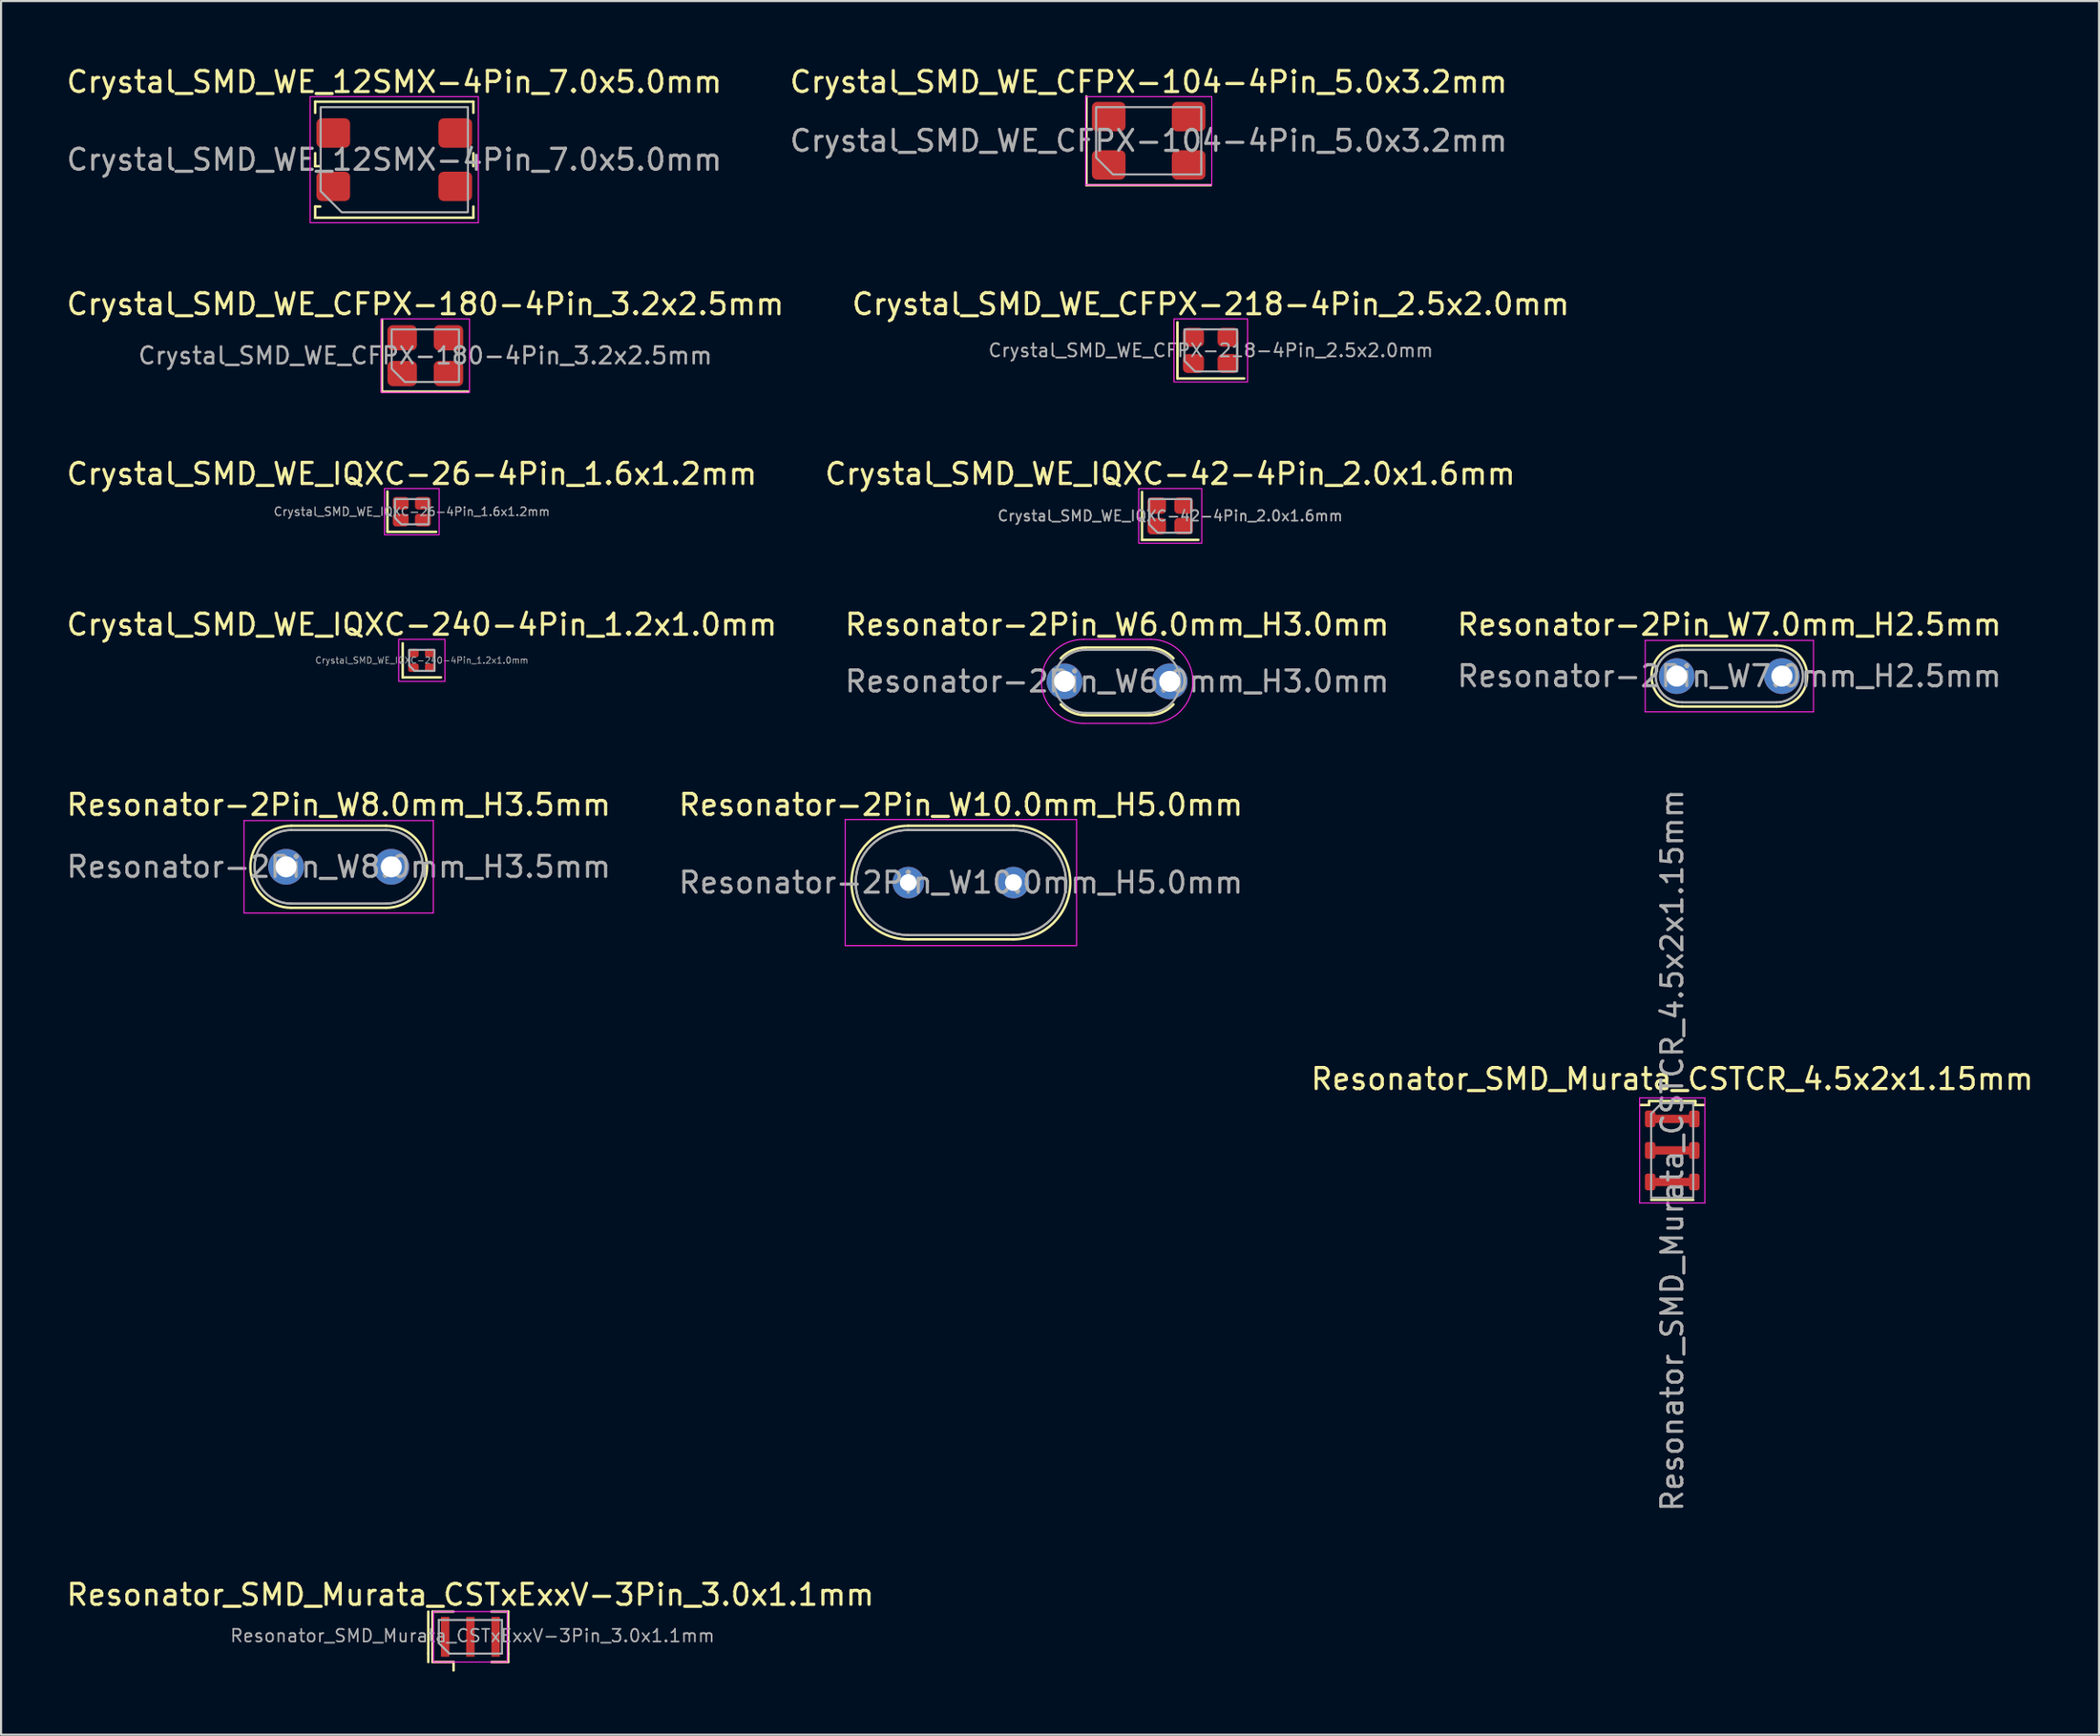
<source format=kicad_pcb>
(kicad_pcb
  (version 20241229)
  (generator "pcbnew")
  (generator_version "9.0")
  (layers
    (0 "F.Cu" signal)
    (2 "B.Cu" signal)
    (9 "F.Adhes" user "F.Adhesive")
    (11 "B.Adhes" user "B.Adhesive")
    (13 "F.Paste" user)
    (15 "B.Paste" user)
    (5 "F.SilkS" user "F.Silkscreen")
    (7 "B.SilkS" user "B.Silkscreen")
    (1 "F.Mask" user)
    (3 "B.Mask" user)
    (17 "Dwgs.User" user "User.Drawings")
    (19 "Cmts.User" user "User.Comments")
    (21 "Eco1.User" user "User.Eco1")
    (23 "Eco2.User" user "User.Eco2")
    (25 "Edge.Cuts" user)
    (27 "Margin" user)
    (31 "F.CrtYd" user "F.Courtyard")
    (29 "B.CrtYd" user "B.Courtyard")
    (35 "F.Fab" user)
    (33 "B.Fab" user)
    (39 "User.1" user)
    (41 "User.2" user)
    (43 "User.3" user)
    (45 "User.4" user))
  (footprint "Resonator-2Pin_W10.0mm_H5.0mm"
    (layer "F.Cu")
    (at 40.137 38.941)
    (property "Reference" "Resonator-2Pin_W10.0mm_H5.0mm" (at 2.5 -3.7 0) (layer "F.SilkS") (effects (font (size 1 1) (thickness 0.15))))
    (attr through_hole)
    (fp_line (start 0 -2.7) (end 5 -2.7) (stroke (width 0.12) (type solid)) (layer "F.SilkS"))
    (fp_line (start 0 2.7) (end 5 2.7) (stroke (width 0.12) (type solid)) (layer "F.SilkS"))
    (fp_arc (start 0 2.7) (mid -2.7 0) (end 0 -2.7) (stroke (width 0.12) (type solid)) (layer "F.SilkS"))
    (fp_arc (start 5 -2.7) (mid 7.7 0) (end 5 2.7) (stroke (width 0.12) (type solid)) (layer "F.SilkS"))
    (fp_line (start -3 -3) (end -3 3) (stroke (width 0.05) (type solid)) (layer "F.CrtYd"))
    (fp_line (start -3 3) (end 8 3) (stroke (width 0.05) (type solid)) (layer "F.CrtYd"))
    (fp_line (start 8 -3) (end -3 -3) (stroke (width 0.05) (type solid)) (layer "F.CrtYd"))
    (fp_line (start 8 3) (end 8 -3) (stroke (width 0.05) (type solid)) (layer "F.CrtYd"))
    (fp_line (start 0 -2.5) (end 5 -2.5) (stroke (width 0.1) (type solid)) (layer "F.Fab"))
    (fp_line (start 0 -2.5) (end 5 -2.5) (stroke (width 0.1) (type solid)) (layer "F.Fab"))
    (fp_line (start 0 2.5) (end 5 2.5) (stroke (width 0.1) (type solid)) (layer "F.Fab"))
    (fp_line (start 0 2.5) (end 5 2.5) (stroke (width 0.1) (type solid)) (layer "F.Fab"))
    (fp_arc (start 0 2.5) (mid -2.5 0) (end 0 -2.5) (stroke (width 0.1) (type solid)) (layer "F.Fab"))
    (fp_arc (start 0 2.5) (mid -2.5 0) (end 0 -2.5) (stroke (width 0.1) (type solid)) (layer "F.Fab"))
    (fp_arc (start 5 -2.5) (mid 7.5 0) (end 5 2.5) (stroke (width 0.1) (type solid)) (layer "F.Fab"))
    (fp_arc (start 5 -2.5) (mid 7.5 0) (end 5 2.5) (stroke (width 0.1) (type solid)) (layer "F.Fab"))
    (fp_text user "${REFERENCE}" (at 2.5 0 0) (layer "F.Fab") (effects (font (size 1 1) (thickness 0.15))))
    (pad "1" thru_hole circle (at 0 0) (size 1.5 1.5) (drill 0.8) (layers "*.Cu" "*.Mask"))
    (pad "2" thru_hole circle (at 5 0) (size 1.5 1.5) (drill 0.8) (layers "*.Cu" "*.Mask")))
  (footprint "Resonator-2Pin_W6.0mm_H3.0mm"
    (layer "F.Cu")
    (at 47.565 29.368)
    (property "Reference" "Resonator-2Pin_W6.0mm_H3.0mm" (at 2.5 -2.7 0) (layer "F.SilkS") (effects (font (size 1 1) (thickness 0.15))))
    (attr through_hole)
    (fp_line (start 1 -1.61) (end 4 -1.61) (stroke (width 0.12) (type solid)) (layer "F.SilkS"))
    (fp_line (start 1 1.61) (end 4 1.61) (stroke (width 0.12) (type solid)) (layer "F.SilkS"))
    (fp_arc (start -0.18 -1.095) (mid 0.356194 -1.475446) (end 0.999774 -1.60979) (stroke (width 0.12) (type solid)) (layer "F.SilkS"))
    (fp_arc (start 1 1.61) (mid 0.356318 1.475728) (end -0.18 1.095308) (stroke (width 0.12) (type solid)) (layer "F.SilkS"))
    (fp_arc (start 4 -1.61) (mid 4.643682 -1.475728) (end 5.18 -1.095308) (stroke (width 0.12) (type solid)) (layer "F.SilkS"))
    (fp_arc (start 5.18 1.095) (mid 4.643806 1.475446) (end 4.000226 1.60979) (stroke (width 0.12) (type solid)) (layer "F.SilkS"))
    (fp_line (start 0.9 -2) (end 4.1 -2) (stroke (width 0.05) (type solid)) (layer "F.CrtYd"))
    (fp_line (start 0.9 2) (end 4.1 2) (stroke (width 0.05) (type solid)) (layer "F.CrtYd"))
    (fp_arc (start 0.9 2) (mid -1.1 0) (end 0.9 -2) (stroke (width 0.05) (type solid)) (layer "F.CrtYd"))
    (fp_arc (start 4.1 -2) (mid 6.1 0) (end 4.1 2) (stroke (width 0.05) (type solid)) (layer "F.CrtYd"))
    (fp_line (start 1 -1.5) (end 4 -1.5) (stroke (width 0.1) (type solid)) (layer "F.Fab"))
    (fp_line (start 1 1.5) (end 4 1.5) (stroke (width 0.1) (type solid)) (layer "F.Fab"))
    (fp_arc (start 1 1.5) (mid -0.5 0) (end 1 -1.5) (stroke (width 0.1) (type solid)) (layer "F.Fab"))
    (fp_arc (start 4 -1.5) (mid 5.5 0) (end 4 1.5) (stroke (width 0.1) (type solid)) (layer "F.Fab"))
    (fp_text user "${REFERENCE}" (at 2.5 0 0) (layer "F.Fab") (effects (font (size 1 1) (thickness 0.15))))
    (pad "1" thru_hole circle (at 0 0) (size 1.7 1.7) (drill 1) (layers "*.Cu" "*.Mask"))
    (pad "2" thru_hole circle (at 5 0) (size 1.7 1.7) (drill 1) (layers "*.Cu" "*.Mask")))
  (footprint "Crystal_SMD_WE_CFPX-180-4Pin_3.2x2.5mm"
    (layer "F.Cu")
    (at 17.173 13.871)
    (property "Reference" "Crystal_SMD_WE_CFPX-180-4Pin_3.2x2.5mm" (at 0 -2.45 0) (layer "F.SilkS") (effects (font (size 1 1) (thickness 0.15))))
    (attr smd)
    (fp_line (start -2.06 -1.71) (end -2.06 1.71) (stroke (width 0.12) (type solid)) (layer "F.SilkS"))
    (fp_line (start -2.06 1.71) (end 2.06 1.71) (stroke (width 0.12) (type solid)) (layer "F.SilkS"))
    (fp_rect (start -2.1 -1.75) (end 2.1 1.75) (stroke (width 0.05) (type solid)) (fill no) (layer "F.CrtYd"))
    (fp_poly (pts (xy 1.6 -1.25) (xy 1.6 1.25) (xy -0.975 1.25) (xy -1.6 0.625) (xy -1.6 -1.25)) (stroke (width 0.1) (type solid)) (fill no) (layer "F.Fab"))
    (fp_text user "${REFERENCE}" (at 0 0 0) (layer "F.Fab") (effects (font (size 0.8 0.8) (thickness 0.12))))
    (pad "1" smd roundrect (at -1.1 0.85) (size 1.4 1.2) (layers "F.Cu" "F.Mask" "F.Paste") (roundrect_rratio 0.208))
    (pad "2" smd roundrect (at 1.1 0.85) (size 1.4 1.2) (layers "F.Cu" "F.Mask" "F.Paste") (roundrect_rratio 0.208))
    (pad "3" smd roundrect (at 1.1 -0.85) (size 1.4 1.2) (layers "F.Cu" "F.Mask" "F.Paste") (roundrect_rratio 0.208))
    (pad "4" smd roundrect (at -1.1 -0.85) (size 1.4 1.2) (layers "F.Cu" "F.Mask" "F.Paste") (roundrect_rratio 0.208)))
  (footprint "Resonator-2Pin_W7.0mm_H2.5mm"
    (layer "F.Cu")
    (at 76.673 29.118)
    (property "Reference" "Resonator-2Pin_W7.0mm_H2.5mm" (at 2.5 -2.45 0) (layer "F.SilkS") (effects (font (size 1 1) (thickness 0.15))))
    (attr through_hole)
    (fp_line (start 0.25 -1.45) (end 4.75 -1.45) (stroke (width 0.12) (type solid)) (layer "F.SilkS"))
    (fp_line (start 0.25 1.45) (end 4.75 1.45) (stroke (width 0.12) (type solid)) (layer "F.SilkS"))
    (fp_arc (start 0.25 1.45) (mid -1.2 0) (end 0.25 -1.45) (stroke (width 0.12) (type solid)) (layer "F.SilkS"))
    (fp_arc (start 4.75 -1.45) (mid 6.2 0) (end 4.75 1.45) (stroke (width 0.12) (type solid)) (layer "F.SilkS"))
    (fp_line (start -1.5 -1.7) (end -1.5 1.7) (stroke (width 0.05) (type solid)) (layer "F.CrtYd"))
    (fp_line (start -1.5 1.7) (end 6.5 1.7) (stroke (width 0.05) (type solid)) (layer "F.CrtYd"))
    (fp_line (start 6.5 -1.7) (end -1.5 -1.7) (stroke (width 0.05) (type solid)) (layer "F.CrtYd"))
    (fp_line (start 6.5 1.7) (end 6.5 -1.7) (stroke (width 0.05) (type solid)) (layer "F.CrtYd"))
    (fp_line (start 0.25 -1.25) (end 4.75 -1.25) (stroke (width 0.1) (type solid)) (layer "F.Fab"))
    (fp_line (start 0.25 -1.25) (end 4.75 -1.25) (stroke (width 0.1) (type solid)) (layer "F.Fab"))
    (fp_line (start 0.25 1.25) (end 4.75 1.25) (stroke (width 0.1) (type solid)) (layer "F.Fab"))
    (fp_line (start 0.25 1.25) (end 4.75 1.25) (stroke (width 0.1) (type solid)) (layer "F.Fab"))
    (fp_arc (start 0.25 1.25) (mid -1 0) (end 0.25 -1.25) (stroke (width 0.1) (type solid)) (layer "F.Fab"))
    (fp_arc (start 0.25 1.25) (mid -1 0) (end 0.25 -1.25) (stroke (width 0.1) (type solid)) (layer "F.Fab"))
    (fp_arc (start 4.75 -1.25) (mid 6 0) (end 4.75 1.25) (stroke (width 0.1) (type solid)) (layer "F.Fab"))
    (fp_arc (start 4.75 -1.25) (mid 6 0) (end 4.75 1.25) (stroke (width 0.1) (type solid)) (layer "F.Fab"))
    (fp_text user "${REFERENCE}" (at 2.5 0 0) (layer "F.Fab") (effects (font (size 1 1) (thickness 0.15))))
    (pad "1" thru_hole circle (at 0 0) (size 1.7 1.7) (drill 1) (layers "*.Cu" "*.Mask"))
    (pad "2" thru_hole circle (at 5 0) (size 1.7 1.7) (drill 1) (layers "*.Cu" "*.Mask")))
  (footprint "Crystal_SMD_WE_CFPX-104-4Pin_5.0x3.2mm"
    (layer "F.Cu")
    (at 51.565 3.648)
    (property "Reference" "Crystal_SMD_WE_CFPX-104-4Pin_5.0x3.2mm" (at 0 -2.8 0) (layer "F.SilkS") (effects (font (size 1 1) (thickness 0.15))))
    (attr smd)
    (fp_line (start -2.96 -2.11) (end -2.96 2.11) (stroke (width 0.12) (type solid)) (layer "F.SilkS"))
    (fp_line (start -2.96 2.11) (end 2.96 2.11) (stroke (width 0.12) (type solid)) (layer "F.SilkS"))
    (fp_rect (start -3 -2.1) (end 3 2.1) (stroke (width 0.05) (type solid)) (fill no) (layer "F.CrtYd"))
    (fp_poly (pts (xy 2.5 -1.6) (xy 2.5 1.6) (xy -1.7 1.6) (xy -2.5 0.8) (xy -2.5 -1.6)) (stroke (width 0.1) (type solid)) (fill no) (layer "F.Fab"))
    (fp_text user "${REFERENCE}" (at 0 0 0) (layer "F.Fab") (effects (font (size 1 1) (thickness 0.15))))
    (pad "1" smd roundrect (at -1.9 1.15) (size 1.6 1.4) (layers "F.Cu" "F.Mask" "F.Paste") (roundrect_rratio 0.179))
    (pad "2" smd roundrect (at 1.9 1.15) (size 1.6 1.4) (layers "F.Cu" "F.Mask" "F.Paste") (roundrect_rratio 0.179))
    (pad "3" smd roundrect (at 1.9 -1.15) (size 1.6 1.4) (layers "F.Cu" "F.Mask" "F.Paste") (roundrect_rratio 0.179))
    (pad "4" smd roundrect (at -1.9 -1.15) (size 1.6 1.4) (layers "F.Cu" "F.Mask" "F.Paste") (roundrect_rratio 0.179)))
  (footprint "Crystal_SMD_WE_IQXC-42-4Pin_2.0x1.6mm"
    (layer "F.Cu")
    (at 52.589 21.495)
    (property "Reference" "Crystal_SMD_WE_IQXC-42-4Pin_2.0x1.6mm" (at 0 -2 0) (layer "F.SilkS") (effects (font (size 1 1) (thickness 0.15))))
    (attr smd)
    (fp_line (start -1.34 -1.14) (end -1.34 1.14) (stroke (width 0.12) (type solid)) (layer "F.SilkS"))
    (fp_line (start -1.34 1.14) (end 1.34 1.14) (stroke (width 0.12) (type solid)) (layer "F.SilkS"))
    (fp_rect (start -1.5 -1.3) (end 1.5 1.3) (stroke (width 0.05) (type solid)) (fill no) (layer "F.CrtYd"))
    (fp_poly (pts (xy 1 -0.8) (xy 1 0.8) (xy -0.6 0.8) (xy -1 0.4) (xy -1 -0.8)) (stroke (width 0.1) (type solid)) (fill no) (layer "F.Fab"))
    (fp_text user "${REFERENCE}" (at 0 0 0) (layer "F.Fab") (effects (font (size 0.5 0.5) (thickness 0.08))))
    (pad "1" smd roundrect (at -0.64 0.49) (size 0.88 0.78) (layers "F.Cu" "F.Mask" "F.Paste") (roundrect_rratio 0.25))
    (pad "2" smd roundrect (at 0.64 0.49) (size 0.88 0.78) (layers "F.Cu" "F.Mask" "F.Paste") (roundrect_rratio 0.25))
    (pad "3" smd roundrect (at 0.64 -0.49) (size 0.88 0.78) (layers "F.Cu" "F.Mask" "F.Paste") (roundrect_rratio 0.25))
    (pad "4" smd roundrect (at -0.64 -0.49) (size 0.88 0.78) (layers "F.Cu" "F.Mask" "F.Paste") (roundrect_rratio 0.25)))
  (footprint "Crystal_SMD_WE_12SMX-4Pin_7.0x5.0mm"
    (layer "F.Cu")
    (at 15.696 4.548)
    (property "Reference" "Crystal_SMD_WE_12SMX-4Pin_7.0x5.0mm" (at 0 -3.7 0) (layer "F.SilkS") (effects (font (size 1 1) (thickness 0.15))))
    (attr smd)
    (fp_line (start -3.76 -2.76) (end 3.76 -2.76) (stroke (width 0.12) (type solid)) (layer "F.SilkS"))
    (fp_line (start -3.76 -2.23) (end -3.76 -2.76) (stroke (width 0.12) (type solid)) (layer "F.SilkS"))
    (fp_line (start -3.76 0.31) (end -3.76 -0.31) (stroke (width 0.12) (type solid)) (layer "F.SilkS"))
    (fp_line (start -3.76 2.23) (end -3.76 2.76) (stroke (width 0.12) (type solid)) (layer "F.SilkS"))
    (fp_line (start -3.76 2.76) (end 3.76 2.76) (stroke (width 0.12) (type solid)) (layer "F.SilkS"))
    (fp_line (start -3.52 0.31) (end -3.76 0.31) (stroke (width 0.12) (type solid)) (layer "F.SilkS"))
    (fp_line (start -3.52 2.23) (end -3.76 2.23) (stroke (width 0.12) (type solid)) (layer "F.SilkS"))
    (fp_line (start 3.76 -2.76) (end 3.76 -2.23) (stroke (width 0.12) (type solid)) (layer "F.SilkS"))
    (fp_line (start 3.76 -0.31) (end 3.76 0.31) (stroke (width 0.12) (type solid)) (layer "F.SilkS"))
    (fp_line (start 3.76 2.76) (end 3.76 2.23) (stroke (width 0.12) (type solid)) (layer "F.SilkS"))
    (fp_rect (start -4 -3) (end 4 3) (stroke (width 0.05) (type solid)) (fill no) (layer "F.CrtYd"))
    (fp_poly (pts (xy 3.5 -2.5) (xy 3.5 2.5) (xy -2.5 2.5) (xy -3.5 1.5) (xy -3.5 -2.5)) (stroke (width 0.1) (type solid)) (fill no) (layer "F.Fab"))
    (fp_text user "${REFERENCE}" (at 0 0 0) (layer "F.Fab") (effects (font (size 1 1) (thickness 0.15))))
    (pad "1" smd roundrect (at -2.9 1.27) (size 1.6 1.4) (layers "F.Cu" "F.Mask" "F.Paste") (roundrect_rratio 0.179))
    (pad "2" smd roundrect (at 2.9 1.27) (size 1.6 1.4) (layers "F.Cu" "F.Mask" "F.Paste") (roundrect_rratio 0.179))
    (pad "3" smd roundrect (at 2.9 -1.27) (size 1.6 1.4) (layers "F.Cu" "F.Mask" "F.Paste") (roundrect_rratio 0.179))
    (pad "4" smd roundrect (at -2.9 -1.27) (size 1.6 1.4) (layers "F.Cu" "F.Mask" "F.Paste") (roundrect_rratio 0.179)))
  (footprint "Crystal_SMD_WE_CFPX-218-4Pin_2.5x2.0mm"
    (layer "F.Cu")
    (at 54.518 13.621)
    (property "Reference" "Crystal_SMD_WE_CFPX-218-4Pin_2.5x2.0mm" (at 0 -2.2 0) (layer "F.SilkS") (effects (font (size 1 1) (thickness 0.15))))
    (attr smd)
    (fp_line (start -1.585 -1.335) (end -1.585 1.335) (stroke (width 0.12) (type solid)) (layer "F.SilkS"))
    (fp_line (start -1.585 1.335) (end 1.585 1.335) (stroke (width 0.12) (type solid)) (layer "F.SilkS"))
    (fp_rect (start -1.75 -1.5) (end 1.75 1.5) (stroke (width 0.05) (type solid)) (fill no) (layer "F.CrtYd"))
    (fp_poly (pts (xy 1.25 -1) (xy 1.25 1) (xy -0.75 1) (xy -1.25 0.5) (xy -1.25 -1)) (stroke (width 0.1) (type solid)) (fill no) (layer "F.Fab"))
    (fp_text user "${REFERENCE}" (at 0 0 0) (layer "F.Fab") (effects (font (size 0.62 0.62) (thickness 0.09))))
    (pad "1" smd roundrect (at -0.825 0.625) (size 1 0.9) (layers "F.Cu" "F.Mask" "F.Paste") (roundrect_rratio 0.25))
    (pad "2" smd roundrect (at 0.825 0.625) (size 1 0.9) (layers "F.Cu" "F.Mask" "F.Paste") (roundrect_rratio 0.25))
    (pad "3" smd roundrect (at 0.825 -0.625) (size 1 0.9) (layers "F.Cu" "F.Mask" "F.Paste") (roundrect_rratio 0.25))
    (pad "4" smd roundrect (at -0.825 -0.625) (size 1 0.9) (layers "F.Cu" "F.Mask" "F.Paste") (roundrect_rratio 0.25)))
  (footprint "Resonator_SMD_Murata_CSTxExxV-3Pin_3.0x1.1mm"
    (layer "F.Cu")
    (at 19.315 74.825)
    (property "Reference" "Resonator_SMD_Murata_CSTxExxV-3Pin_3.0x1.1mm" (at 0 -2 0) (layer "F.SilkS") (effects (font (size 1 1) (thickness 0.15))))
    (attr smd)
    (fp_line (start -2 -1.2) (end -2 0.8) (stroke (width 0.12) (type solid)) (layer "F.SilkS"))
    (fp_line (start -2 0.8) (end -2 1.2) (stroke (width 0.12) (type solid)) (layer "F.SilkS"))
    (fp_line (start -1.8 -1.2) (end -0.8 -1.2) (stroke (width 0.12) (type solid)) (layer "F.SilkS"))
    (fp_line (start -1.8 0.8) (end -1.8 -1.2) (stroke (width 0.12) (type solid)) (layer "F.SilkS"))
    (fp_line (start -1.8 0.8) (end -1.8 1.2) (stroke (width 0.12) (type solid)) (layer "F.SilkS"))
    (fp_line (start -0.8 1.2) (end -1.8 1.2) (stroke (width 0.12) (type solid)) (layer "F.SilkS"))
    (fp_line (start -0.8 1.2) (end -0.8 1.6) (stroke (width 0.12) (type solid)) (layer "F.SilkS"))
    (fp_line (start 1 -1.2) (end 1.8 -1.2) (stroke (width 0.12) (type solid)) (layer "F.SilkS"))
    (fp_line (start 1.8 -1.2) (end 1.8 0.8) (stroke (width 0.12) (type solid)) (layer "F.SilkS"))
    (fp_line (start 1.8 0.8) (end 1.8 1.2) (stroke (width 0.12) (type solid)) (layer "F.SilkS"))
    (fp_line (start 1.8 1.2) (end 1 1.2) (stroke (width 0.12) (type solid)) (layer "F.SilkS"))
    (fp_line (start -1.75 -1.2) (end 1.75 -1.2) (stroke (width 0.05) (type solid)) (layer "F.CrtYd"))
    (fp_line (start -1.75 1.2) (end -1.75 -1.2) (stroke (width 0.05) (type solid)) (layer "F.CrtYd"))
    (fp_line (start 1.75 -1.2) (end 1.75 1.2) (stroke (width 0.05) (type solid)) (layer "F.CrtYd"))
    (fp_line (start 1.75 1.2) (end -1.75 1.2) (stroke (width 0.05) (type solid)) (layer "F.CrtYd"))
    (fp_line (start -1.5 0.3) (end -1.5 -0.8) (stroke (width 0.1) (type solid)) (layer "F.Fab"))
    (fp_line (start -1 0.8) (end -1.5 0.3) (stroke (width 0.1) (type solid)) (layer "F.Fab"))
    (fp_line (start -1 0.8) (end 1.5 0.8) (stroke (width 0.1) (type solid)) (layer "F.Fab"))
    (fp_line (start 1.5 -0.8) (end -1.5 -0.8) (stroke (width 0.1) (type solid)) (layer "F.Fab"))
    (fp_line (start 1.5 0.8) (end 1.5 -0.8) (stroke (width 0.1) (type solid)) (layer "F.Fab"))
    (fp_text user "${REFERENCE}" (at 0.1 -0.05 0) (layer "F.Fab") (effects (font (size 0.6 0.6) (thickness 0.08))))
    (pad "1" smd rect (at -1.2 0) (size 0.4 1.9) (layers "F.Cu" "F.Mask" "F.Paste"))
    (pad "2" smd rect (at 0 0) (size 0.4 1.9) (layers "F.Cu" "F.Mask" "F.Paste"))
    (pad "3" smd rect (at 1.2 0) (size 0.4 1.9) (layers "F.Cu" "F.Mask" "F.Paste")))
  (footprint "Crystal_SMD_WE_IQXC-26-4Pin_1.6x1.2mm"
    (layer "F.Cu")
    (at 16.53 21.295)
    (property "Reference" "Crystal_SMD_WE_IQXC-26-4Pin_1.6x1.2mm" (at 0 -1.8 0) (layer "F.SilkS") (effects (font (size 1 1) (thickness 0.15))))
    (attr smd)
    (fp_line (start -1.16 -0.96) (end -1.16 0.96) (stroke (width 0.12) (type solid)) (layer "F.SilkS"))
    (fp_line (start -1.16 0.96) (end 1.16 0.96) (stroke (width 0.12) (type solid)) (layer "F.SilkS"))
    (fp_rect (start -1.3 -1.1) (end 1.3 1.1) (stroke (width 0.05) (type solid)) (fill no) (layer "F.CrtYd"))
    (fp_poly (pts (xy 0.8 -0.6) (xy 0.8 0.6) (xy -0.5 0.6) (xy -0.8 0.3) (xy -0.8 -0.6)) (stroke (width 0.1) (type solid)) (fill no) (layer "F.Fab"))
    (fp_text user "${REFERENCE}" (at 0 0 0) (layer "F.Fab") (effects (font (size 0.4 0.4) (thickness 0.06))))
    (pad "1" smd roundrect (at -0.525 0.4) (size 0.75 0.6) (layers "F.Cu" "F.Mask" "F.Paste") (roundrect_rratio 0.25))
    (pad "2" smd roundrect (at 0.525 0.4) (size 0.75 0.6) (layers "F.Cu" "F.Mask" "F.Paste") (roundrect_rratio 0.25))
    (pad "3" smd roundrect (at 0.525 -0.4) (size 0.75 0.6) (layers "F.Cu" "F.Mask" "F.Paste") (roundrect_rratio 0.25))
    (pad "4" smd roundrect (at -0.525 -0.4) (size 0.75 0.6) (layers "F.Cu" "F.Mask" "F.Paste") (roundrect_rratio 0.25)))
  (footprint "Crystal_SMD_WE_IQXC-240-4Pin_1.2x1.0mm"
    (layer "F.Cu")
    (at 17.006 28.368)
    (property "Reference" "Crystal_SMD_WE_IQXC-240-4Pin_1.2x1.0mm" (at 0 -1.7 0) (layer "F.SilkS") (effects (font (size 1 1) (thickness 0.15))))
    (attr smd)
    (fp_line (start -0.91 -0.81) (end -0.91 0.81) (stroke (width 0.12) (type solid)) (layer "F.SilkS"))
    (fp_line (start -0.91 0.81) (end 0.91 0.81) (stroke (width 0.12) (type solid)) (layer "F.SilkS"))
    (fp_rect (start -1.1 -1) (end 1.1 1) (stroke (width 0.05) (type solid)) (fill no) (layer "F.CrtYd"))
    (fp_poly (pts (xy 0.6 -0.5) (xy 0.6 0.5) (xy -0.35 0.5) (xy -0.6 0.25) (xy -0.6 -0.5)) (stroke (width 0.1) (type solid)) (fill no) (layer "F.Fab"))
    (fp_text user "${REFERENCE}" (at 0 0 0) (layer "F.Fab") (effects (font (size 0.3 0.3) (thickness 0.04))))
    (pad "1" smd roundrect (at -0.4 0.35) (size 0.5 0.4) (layers "F.Cu" "F.Mask" "F.Paste") (roundrect_rratio 0.25))
    (pad "2" smd roundrect (at 0.4 0.35) (size 0.5 0.4) (layers "F.Cu" "F.Mask" "F.Paste") (roundrect_rratio 0.25))
    (pad "3" smd roundrect (at 0.4 -0.35) (size 0.5 0.4) (layers "F.Cu" "F.Mask" "F.Paste") (roundrect_rratio 0.25))
    (pad "4" smd roundrect (at -0.4 -0.35) (size 0.5 0.4) (layers "F.Cu" "F.Mask" "F.Paste") (roundrect_rratio 0.25)))
  (footprint "Resonator_SMD_Murata_CSTCR_4.5x2x1.15mm"
    (layer "F.Cu")
    (at 76.458 51.685)
    (property "Reference" "Resonator_SMD_Murata_CSTCR_4.5x2x1.15mm" (at 0 -3.4 0) (layer "F.SilkS") (effects (font (size 1 1) (thickness 0.15))))
    (attr smd)
    (fp_line (start -1.1 -2.35) (end -1.1 -2.16) (stroke (width 0.12) (type default)) (layer "F.SilkS"))
    (fp_line (start -1.1 -2.16) (end -1.5 -2.16) (stroke (width 0.12) (type default)) (layer "F.SilkS"))
    (fp_line (start 1 2.35) (end -1 2.35) (stroke (width 0.12) (type solid)) (layer "F.SilkS"))
    (fp_line (start 1.1 -2.35) (end -1.1 -2.35) (stroke (width 0.12) (type solid)) (layer "F.SilkS"))
    (fp_line (start 1.1 -2.35) (end 1.1 -2.16) (stroke (width 0.12) (type default)) (layer "F.SilkS"))
    (fp_line (start 1.1 -2.16) (end 1.5 -2.16) (stroke (width 0.12) (type default)) (layer "F.SilkS"))
    (fp_line (start -1.55 -2.5) (end 1.55 -2.5) (stroke (width 0.05) (type solid)) (layer "F.CrtYd"))
    (fp_line (start -1.55 2.5) (end -1.55 -2.5) (stroke (width 0.05) (type solid)) (layer "F.CrtYd"))
    (fp_line (start 1.55 -2.5) (end 1.55 2.5) (stroke (width 0.05) (type solid)) (layer "F.CrtYd"))
    (fp_line (start 1.55 2.5) (end -1.55 2.5) (stroke (width 0.05) (type solid)) (layer "F.CrtYd"))
    (fp_line (start -1 -1.75) (end -0.5 -2.25) (stroke (width 0.1) (type default)) (layer "F.Fab"))
    (fp_line (start -1 2.25) (end -1 -1.75) (stroke (width 0.1) (type solid)) (layer "F.Fab"))
    (fp_line (start -0.5 -2.25) (end 1 -2.25) (stroke (width 0.1) (type solid)) (layer "F.Fab"))
    (fp_line (start 1 -2.25) (end 1 2.25) (stroke (width 0.1) (type solid)) (layer "F.Fab"))
    (fp_line (start 1 2.25) (end -1 2.25) (stroke (width 0.1) (type solid)) (layer "F.Fab"))
    (fp_text user "${REFERENCE}" (at 0 0 270) (layer "F.Fab") (effects (font (size 1 1) (thickness 0.15))))
    (pad "1" smd roundrect (at -1.05 -1.5) (size 0.5 0.8) (layers "F.Cu" "F.Mask" "F.Paste") (roundrect_rratio 0.25))
    (pad "1" smd rect (at 0 -1.5 270) (size 0.4 1.7) (layers "F.Cu" "F.Mask" "F.Paste"))
    (pad "1" smd roundrect (at 1.05 -1.5) (size 0.5 0.8) (layers "F.Cu" "F.Mask" "F.Paste") (roundrect_rratio 0.25))
    (pad "2" smd roundrect (at -1.05 0) (size 0.5 0.8) (layers "F.Cu" "F.Mask" "F.Paste") (roundrect_rratio 0.25))
    (pad "2" smd rect (at 0 0 270) (size 0.4 1.7) (layers "F.Cu" "F.Mask" "F.Paste"))
    (pad "2" smd roundrect (at 1.05 0) (size 0.5 0.8) (layers "F.Cu" "F.Mask" "F.Paste") (roundrect_rratio 0.25))
    (pad "3" smd roundrect (at -1.05 1.5) (size 0.5 0.8) (layers "F.Cu" "F.Mask" "F.Paste") (roundrect_rratio 0.25))
    (pad "3" smd rect (at 0 1.5 270) (size 0.4 1.7) (layers "F.Cu" "F.Mask" "F.Paste"))
    (pad "3" smd roundrect (at 1.05 1.5) (size 0.5 0.8) (layers "F.Cu" "F.Mask" "F.Paste") (roundrect_rratio 0.25)))
  (footprint "Resonator-2Pin_W8.0mm_H3.5mm"
    (layer "F.Cu")
    (at 10.554 38.191)
    (property "Reference" "Resonator-2Pin_W8.0mm_H3.5mm" (at 2.5 -2.95 0) (layer "F.SilkS") (effects (font (size 1 1) (thickness 0.15))))
    (attr through_hole)
    (fp_line (start 0.25 -1.95) (end 4.75 -1.95) (stroke (width 0.12) (type solid)) (layer "F.SilkS"))
    (fp_line (start 0.25 1.95) (end 4.75 1.95) (stroke (width 0.12) (type solid)) (layer "F.SilkS"))
    (fp_arc (start 0.25 1.95) (mid -1.7 0) (end 0.25 -1.95) (stroke (width 0.12) (type solid)) (layer "F.SilkS"))
    (fp_arc (start 4.75 -1.95) (mid 6.7 0) (end 4.75 1.95) (stroke (width 0.12) (type solid)) (layer "F.SilkS"))
    (fp_line (start -2 -2.2) (end -2 2.2) (stroke (width 0.05) (type solid)) (layer "F.CrtYd"))
    (fp_line (start -2 2.2) (end 7 2.2) (stroke (width 0.05) (type solid)) (layer "F.CrtYd"))
    (fp_line (start 7 -2.2) (end -2 -2.2) (stroke (width 0.05) (type solid)) (layer "F.CrtYd"))
    (fp_line (start 7 2.2) (end 7 -2.2) (stroke (width 0.05) (type solid)) (layer "F.CrtYd"))
    (fp_line (start 0.25 -1.75) (end 4.75 -1.75) (stroke (width 0.1) (type solid)) (layer "F.Fab"))
    (fp_line (start 0.25 -1.75) (end 4.75 -1.75) (stroke (width 0.1) (type solid)) (layer "F.Fab"))
    (fp_line (start 0.25 1.75) (end 4.75 1.75) (stroke (width 0.1) (type solid)) (layer "F.Fab"))
    (fp_line (start 0.25 1.75) (end 4.75 1.75) (stroke (width 0.1) (type solid)) (layer "F.Fab"))
    (fp_arc (start 0.25 1.75) (mid -1.5 0) (end 0.25 -1.75) (stroke (width 0.1) (type solid)) (layer "F.Fab"))
    (fp_arc (start 0.25 1.75) (mid -1.5 0) (end 0.25 -1.75) (stroke (width 0.1) (type solid)) (layer "F.Fab"))
    (fp_arc (start 4.75 -1.75) (mid 6.5 0) (end 4.75 1.75) (stroke (width 0.1) (type solid)) (layer "F.Fab"))
    (fp_arc (start 4.75 -1.75) (mid 6.5 0) (end 4.75 1.75) (stroke (width 0.1) (type solid)) (layer "F.Fab"))
    (fp_text user "${REFERENCE}" (at 2.5 0 0) (layer "F.Fab") (effects (font (size 1 1) (thickness 0.15))))
    (pad "1" thru_hole circle (at 0 0) (size 1.7 1.7) (drill 1) (layers "*.Cu" "*.Mask"))
    (pad "2" thru_hole circle (at 5 0) (size 1.7 1.7) (drill 1) (layers "*.Cu" "*.Mask")))
  (gr_rect
    (start -3 -3)
    (end 96.75 79.485)
    (stroke (width 0.1) (type default))
    (fill no)
    (layer "Edge.Cuts")))
</source>
